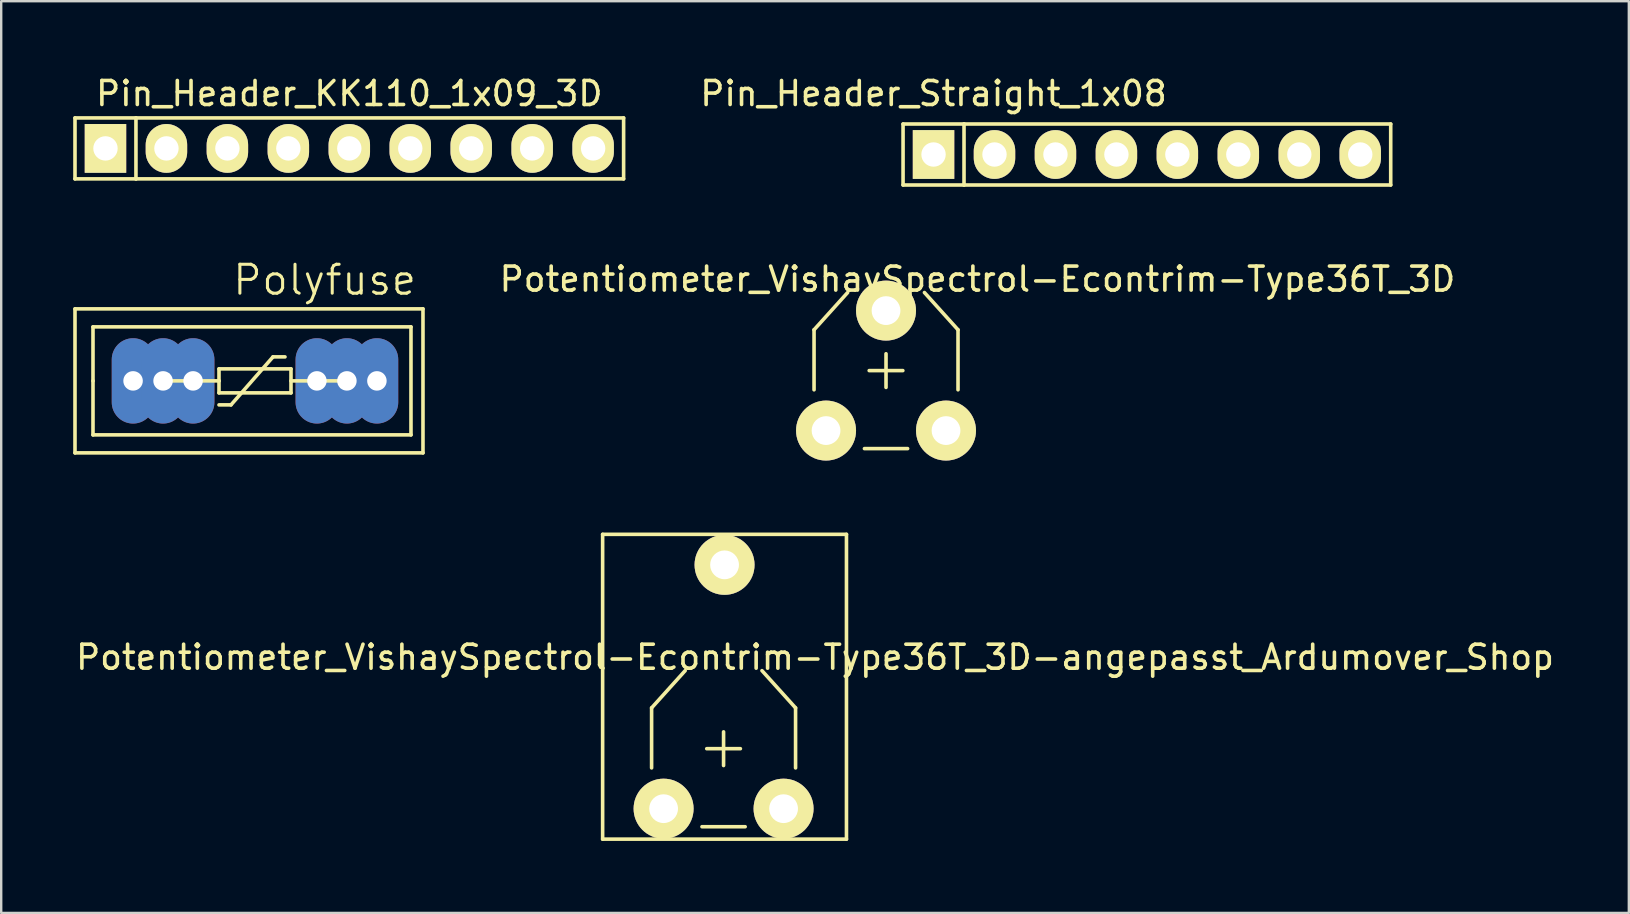
<source format=kicad_pcb>
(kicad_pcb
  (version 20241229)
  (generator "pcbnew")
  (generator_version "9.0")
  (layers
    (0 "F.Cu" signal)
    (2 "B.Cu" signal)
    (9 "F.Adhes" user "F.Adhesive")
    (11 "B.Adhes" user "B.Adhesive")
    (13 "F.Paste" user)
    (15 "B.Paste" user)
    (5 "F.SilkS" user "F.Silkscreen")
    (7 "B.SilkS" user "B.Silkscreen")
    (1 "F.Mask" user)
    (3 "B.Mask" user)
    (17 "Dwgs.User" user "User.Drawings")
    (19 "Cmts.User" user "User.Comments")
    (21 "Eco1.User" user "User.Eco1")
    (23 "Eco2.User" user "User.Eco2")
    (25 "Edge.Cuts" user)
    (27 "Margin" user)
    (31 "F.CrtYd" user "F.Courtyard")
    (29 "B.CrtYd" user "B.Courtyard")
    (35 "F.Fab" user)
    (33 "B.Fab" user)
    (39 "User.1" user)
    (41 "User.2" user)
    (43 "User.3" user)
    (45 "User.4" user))
  (footprint "Polyfuse"
    (layer "F.Cu")
    (at 7.575 12.821)
    (property "Reference" "Polyfuse" (at -1 -3.5 0) (layer "F.SilkS") (effects (font (size 1.206 1.206) (thickness 0.127)) (justify left bottom)))
    (attr through_hole)
    (fp_line (start -7.5 -3) (end -7.5 3) (stroke (width 0.15) (type solid)) (layer "F.SilkS"))
    (fp_line (start -7.5 3) (end 7 3) (stroke (width 0.15) (type solid)) (layer "F.SilkS"))
    (fp_line (start -6.75 -2.25) (end 6.5 -2.25) (stroke (width 0.15) (type solid)) (layer "F.SilkS"))
    (fp_line (start -6.75 0) (end -6.75 -2.25) (stroke (width 0.15) (type solid)) (layer "F.SilkS"))
    (fp_line (start -6.75 2.25) (end -6.75 0) (stroke (width 0.15) (type solid)) (layer "F.SilkS"))
    (fp_line (start -3.75 0) (end -1.5 0) (stroke (width 0.15) (type solid)) (layer "F.SilkS"))
    (fp_line (start -1.5 -0.5) (end -1.5 0) (stroke (width 0.15) (type solid)) (layer "F.SilkS"))
    (fp_line (start -1.5 0) (end -1.5 0.5) (stroke (width 0.15) (type solid)) (layer "F.SilkS"))
    (fp_line (start -1.5 0.5) (end 1.5 0.5) (stroke (width 0.15) (type solid)) (layer "F.SilkS"))
    (fp_line (start -1.5 1) (end -1 1) (stroke (width 0.15) (type solid)) (layer "F.SilkS"))
    (fp_line (start -1 1) (end 0.75 -1) (stroke (width 0.15) (type solid)) (layer "F.SilkS"))
    (fp_line (start 0.75 -1) (end 1.25 -1) (stroke (width 0.15) (type solid)) (layer "F.SilkS"))
    (fp_line (start 1.5 -0.5) (end -1.5 -0.5) (stroke (width 0.15) (type solid)) (layer "F.SilkS"))
    (fp_line (start 1.5 0) (end 3.75 0) (stroke (width 0.15) (type solid)) (layer "F.SilkS"))
    (fp_line (start 1.5 0.5) (end 1.5 -0.5) (stroke (width 0.15) (type solid)) (layer "F.SilkS"))
    (fp_line (start 6.5 -2.25) (end 6.5 2.25) (stroke (width 0.15) (type solid)) (layer "F.SilkS"))
    (fp_line (start 6.5 2.25) (end -6.75 2.25) (stroke (width 0.15) (type solid)) (layer "F.SilkS"))
    (fp_line (start 7 -3) (end -7.5 -3) (stroke (width 0.15) (type solid)) (layer "F.SilkS"))
    (fp_line (start 7 3) (end 7 -3) (stroke (width 0.15) (type solid)) (layer "F.SilkS"))
    (fp_poly (pts (xy -3.912 0.305) (xy -3.556 0.305) (xy -3.556 -0.305) (xy -3.912 -0.305)) (stroke (width 0) (type solid)) (fill yes) (layer "F.SilkS"))
    (fp_poly (pts (xy 3.556 0.305) (xy 3.912 0.305) (xy 3.912 -0.305) (xy 3.556 -0.305)) (stroke (width 0) (type solid)) (fill yes) (layer "F.SilkS"))
    (pad "1" thru_hole oval (at -5.08 0 90) (size 3.556 1.778) (drill 0.813) (layers "*.Cu" "*.Mask"))
    (pad "1" thru_hole oval (at -3.83 0 90) (size 3.556 1.778) (drill 0.813) (layers "*.Cu" "*.Mask"))
    (pad "1" thru_hole oval (at -2.58 0 90) (size 3.556 1.778) (drill 0.813) (layers "*.Cu" "*.Mask"))
    (pad "2" thru_hole oval (at 2.58 0 90) (size 3.556 1.778) (drill 0.813) (layers "*.Cu" "*.Mask"))
    (pad "2" thru_hole oval (at 3.83 0 90) (size 3.556 1.778) (drill 0.813) (layers "*.Cu" "*.Mask"))
    (pad "2" thru_hole oval (at 5.08 0 90) (size 3.556 1.778) (drill 0.813) (layers "*.Cu" "*.Mask")))
  (footprint "Potentiometer_VishaySpectrol-Econtrim-Type36T_3D"
    (layer "F.Cu")
    (at 31.37 14.891)
    (property "Reference" "Potentiometer_VishaySpectrol-Econtrim-Type36T_3D" (at 6.309 -6.309 0) (layer "F.SilkS") (effects (font (size 1 1) (thickness 0.15))))
    (attr through_hole)
    (fp_line (start -0.5 -4.199) (end -0.5 -1.699) (stroke (width 0.15) (type solid)) (layer "F.SilkS"))
    (fp_line (start 0.899 -5.751) (end -0.5 -4.199) (stroke (width 0.15) (type solid)) (layer "F.SilkS"))
    (fp_line (start 1.6 0.752) (end 3.399 0.752) (stroke (width 0.15) (type solid)) (layer "F.SilkS"))
    (fp_line (start 1.798 -2.499) (end 3.2 -2.499) (stroke (width 0.15) (type solid)) (layer "F.SilkS"))
    (fp_line (start 2.499 -1.798) (end 2.499 -3.2) (stroke (width 0.15) (type solid)) (layer "F.SilkS"))
    (fp_line (start 4.1 -5.751) (end 5.499 -4.199) (stroke (width 0.15) (type solid)) (layer "F.SilkS"))
    (fp_line (start 5.499 -4.199) (end 5.499 -1.699) (stroke (width 0.15) (type solid)) (layer "F.SilkS"))
    (pad "1" thru_hole circle (at 0 0) (size 2.499 2.499) (drill 1.199) (layers "*.Cu" "*.Mask" "F.SilkS"))
    (pad "2" thru_hole circle (at 2.499 -4.999) (size 2.499 2.499) (drill 1.199) (layers "*.Cu" "*.Mask" "F.SilkS"))
    (pad "3" thru_hole circle (at 4.999 0) (size 2.499 2.499) (drill 1.199) (layers "*.Cu" "*.Mask" "F.SilkS")))
  (footprint "Potentiometer_VishaySpectrol-Econtrim-Type36T_3D-angepasst_Ardumover_Shop"
    (layer "F.Cu")
    (at 27.141 30.646)
    (property "Reference" "Potentiometer_VishaySpectrol-Econtrim-Type36T_3D-angepasst_Ardumover_Shop" (at 3.769 -6.309 0) (layer "F.SilkS") (effects (font (size 1 1) (thickness 0.15))))
    (attr through_hole)
    (fp_line (start -5.08 -11.43) (end 5.08 -11.43) (stroke (width 0.15) (type solid)) (layer "F.SilkS"))
    (fp_line (start -5.08 1.27) (end -5.08 -11.43) (stroke (width 0.15) (type solid)) (layer "F.SilkS"))
    (fp_line (start -3.04 -4.199) (end -3.04 -1.699) (stroke (width 0.15) (type solid)) (layer "F.SilkS"))
    (fp_line (start -1.641 -5.751) (end -3.04 -4.199) (stroke (width 0.15) (type solid)) (layer "F.SilkS"))
    (fp_line (start -0.94 0.752) (end 0.859 0.752) (stroke (width 0.15) (type solid)) (layer "F.SilkS"))
    (fp_line (start -0.742 -2.499) (end 0.66 -2.499) (stroke (width 0.15) (type solid)) (layer "F.SilkS"))
    (fp_line (start -0.041 -1.798) (end -0.041 -3.2) (stroke (width 0.15) (type solid)) (layer "F.SilkS"))
    (fp_line (start 1.56 -5.751) (end 2.959 -4.199) (stroke (width 0.15) (type solid)) (layer "F.SilkS"))
    (fp_line (start 2.959 -4.199) (end 2.959 -1.699) (stroke (width 0.15) (type solid)) (layer "F.SilkS"))
    (fp_line (start 5.08 -11.43) (end 5.08 1.27) (stroke (width 0.15) (type solid)) (layer "F.SilkS"))
    (fp_line (start 5.08 1.27) (end -5.08 1.27) (stroke (width 0.15) (type solid)) (layer "F.SilkS"))
    (pad "1" thru_hole circle (at -2.54 0) (size 2.499 2.499) (drill 1.199) (layers "*.Cu" "*.Mask" "F.SilkS"))
    (pad "2" thru_hole circle (at 0 -10.16) (size 2.499 2.499) (drill 1.199) (layers "*.Cu" "*.Mask" "F.SilkS"))
    (pad "3" thru_hole circle (at 2.459 0) (size 2.499 2.499) (drill 1.199) (layers "*.Cu" "*.Mask" "F.SilkS")))
  (footprint "Pin_Header_KK110_1x09_3D"
    (layer "F.Cu")
    (at 11.505 3.134)
    (property "Reference" "Pin_Header_KK110_1x09_3D" (at 0 -2.286 0) (layer "F.SilkS") (effects (font (size 1 1) (thickness 0.15))))
    (attr through_hole)
    (fp_line (start -11.43 -1.27) (end -11.43 1.27) (stroke (width 0.15) (type solid)) (layer "F.SilkS"))
    (fp_line (start -11.43 -1.27) (end -8.89 -1.27) (stroke (width 0.15) (type solid)) (layer "F.SilkS"))
    (fp_line (start -11.43 1.27) (end -8.89 1.27) (stroke (width 0.15) (type solid)) (layer "F.SilkS"))
    (fp_line (start -8.89 -1.27) (end -8.89 1.27) (stroke (width 0.15) (type solid)) (layer "F.SilkS"))
    (fp_line (start -8.89 -1.27) (end 11.43 -1.27) (stroke (width 0.15) (type solid)) (layer "F.SilkS"))
    (fp_line (start 11.43 -1.27) (end 11.43 1.27) (stroke (width 0.15) (type solid)) (layer "F.SilkS"))
    (fp_line (start 11.43 1.27) (end -8.89 1.27) (stroke (width 0.15) (type solid)) (layer "F.SilkS"))
    (pad "1" thru_hole rect (at -10.16 0) (size 1.727 2.032) (drill 1.016) (layers "*.Cu" "*.Mask" "F.SilkS"))
    (pad "2" thru_hole oval (at -7.62 0) (size 1.727 2.032) (drill 1.016) (layers "*.Cu" "*.Mask" "F.SilkS"))
    (pad "3" thru_hole oval (at -5.08 0) (size 1.727 2.032) (drill 1.016) (layers "*.Cu" "*.Mask" "F.SilkS"))
    (pad "4" thru_hole oval (at -2.54 0) (size 1.727 2.032) (drill 1.016) (layers "*.Cu" "*.Mask" "F.SilkS"))
    (pad "5" thru_hole oval (at 0 0) (size 1.727 2.032) (drill 1.016) (layers "*.Cu" "*.Mask" "F.SilkS"))
    (pad "6" thru_hole oval (at 2.54 0) (size 1.727 2.032) (drill 1.016) (layers "*.Cu" "*.Mask" "F.SilkS"))
    (pad "7" thru_hole oval (at 5.08 0) (size 1.727 2.032) (drill 1.016) (layers "*.Cu" "*.Mask" "F.SilkS"))
    (pad "8" thru_hole oval (at 7.62 0) (size 1.727 2.032) (drill 1.016) (layers "*.Cu" "*.Mask" "F.SilkS"))
    (pad "9" thru_hole oval (at 10.16 0) (size 1.727 2.032) (drill 1.016) (layers "*.Cu" "*.Mask" "F.SilkS")))
  (footprint "Pin_Header_Straight_1x08"
    (layer "F.Cu")
    (at 44.739 3.388)
    (property "Reference" "Pin_Header_Straight_1x08" (at -8.89 -2.54 0) (layer "F.SilkS") (effects (font (size 1 1) (thickness 0.15))))
    (attr through_hole)
    (fp_line (start -10.16 -1.27) (end -10.16 1.27) (stroke (width 0.15) (type solid)) (layer "F.SilkS"))
    (fp_line (start -10.16 -1.27) (end -7.62 -1.27) (stroke (width 0.15) (type solid)) (layer "F.SilkS"))
    (fp_line (start -10.16 1.27) (end -7.62 1.27) (stroke (width 0.15) (type solid)) (layer "F.SilkS"))
    (fp_line (start -7.62 -1.27) (end -7.62 1.27) (stroke (width 0.15) (type solid)) (layer "F.SilkS"))
    (fp_line (start -7.62 -1.27) (end 10.16 -1.27) (stroke (width 0.15) (type solid)) (layer "F.SilkS"))
    (fp_line (start 10.16 -1.27) (end 10.16 1.27) (stroke (width 0.15) (type solid)) (layer "F.SilkS"))
    (fp_line (start 10.16 1.27) (end -7.62 1.27) (stroke (width 0.15) (type solid)) (layer "F.SilkS"))
    (pad "1" thru_hole rect (at -8.89 0) (size 1.727 2.032) (drill 1.016) (layers "*.Cu" "*.Mask" "F.SilkS"))
    (pad "2" thru_hole oval (at -6.35 0) (size 1.727 2.032) (drill 1.016) (layers "*.Cu" "*.Mask" "F.SilkS"))
    (pad "3" thru_hole oval (at -3.81 0) (size 1.727 2.032) (drill 1.016) (layers "*.Cu" "*.Mask" "F.SilkS"))
    (pad "4" thru_hole oval (at -1.27 0) (size 1.727 2.032) (drill 1.016) (layers "*.Cu" "*.Mask" "F.SilkS"))
    (pad "5" thru_hole oval (at 1.27 0) (size 1.727 2.032) (drill 1.016) (layers "*.Cu" "*.Mask" "F.SilkS"))
    (pad "6" thru_hole oval (at 3.81 0) (size 1.727 2.032) (drill 1.016) (layers "*.Cu" "*.Mask" "F.SilkS"))
    (pad "7" thru_hole oval (at 6.35 0) (size 1.727 2.032) (drill 1.016) (layers "*.Cu" "*.Mask" "F.SilkS"))
    (pad "8" thru_hole oval (at 8.89 0) (size 1.727 2.032) (drill 1.016) (layers "*.Cu" "*.Mask" "F.SilkS")))
  (gr_rect
    (start -3 -3)
    (end 64.821 34.991)
    (stroke (width 0.1) (type default))
    (fill no)
    (layer "Edge.Cuts")))
</source>
